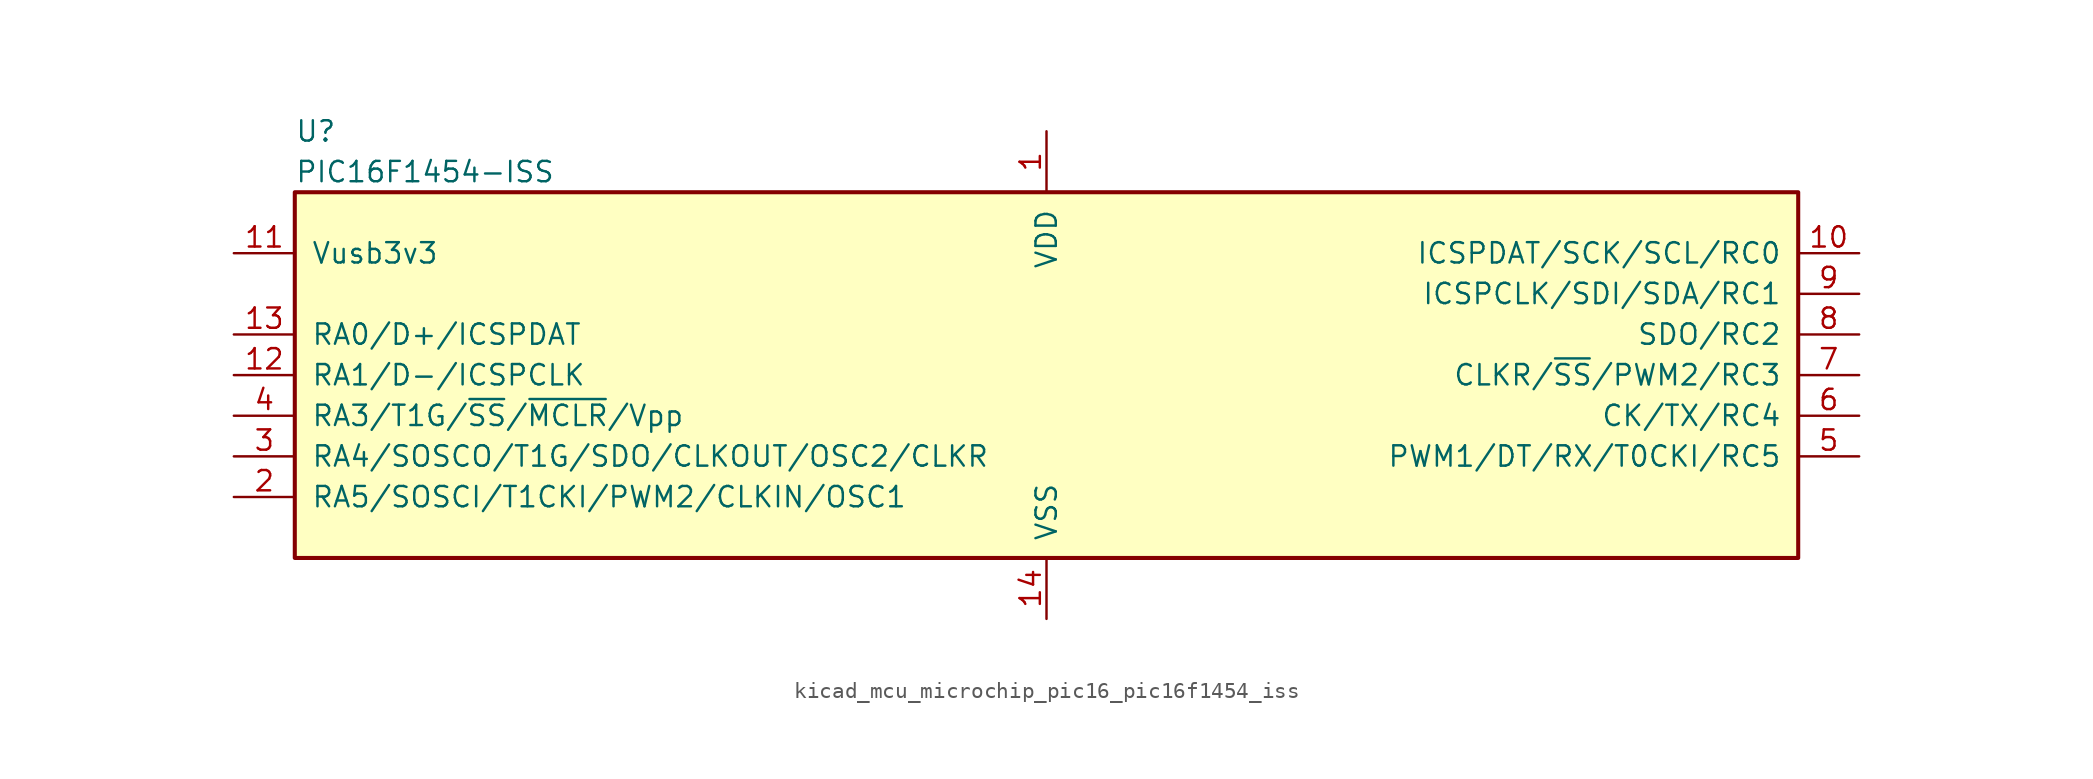
<source format=kicad_sym>
(kicad_symbol_lib
  (version 20220914)
  (generator kicad_symbol_editor)
  (symbol "kicad_mcu_microchip_pic16_pic16f1454_iss"
    (pin_names
      (offset 1.016))
    (property "Reference" "U"
      (at -46.99 15.24 0)
      (effects (font (size 1.27 1.27)) (justify left)))
    (property "Value" "PIC16F1454-ISS"
      (at -46.99 12.7 0)
      (effects (font (size 1.27 1.27)) (justify left)))
    (symbol "kicad_mcu_microchip_pic16_pic16f1454_iss_0_1"
      (rectangle (start -46.99 11.43) (end 46.99 -11.43) (stroke (width 0.254) (type default)) (fill (type background))))
    (symbol "kicad_mcu_microchip_pic16_pic16f1454_iss_1_1"
      (pin power_in line (at 0 15.24 270) (length 3.81) (name "VDD" (effects (font (size 1.27 1.27)))) (number "1" (effects (font (size 1.27 1.27)))))
      (pin bidirectional line (at 50.8 7.62 180) (length 3.81) (name "ICSPDAT/SCK/SCL/RC0" (effects (font (size 1.27 1.27)))) (number "10" (effects (font (size 1.27 1.27)))))
      (pin bidirectional line (at -50.8 7.62 0) (length 3.81) (name "Vusb3v3" (effects (font (size 1.27 1.27)))) (number "11" (effects (font (size 1.27 1.27)))))
      (pin bidirectional line (at -50.8 0 0) (length 3.81) (name "RA1/D-/ICSPCLK" (effects (font (size 1.27 1.27)))) (number "12" (effects (font (size 1.27 1.27)))))
      (pin bidirectional line (at -50.8 2.54 0) (length 3.81) (name "RA0/D+/ICSPDAT" (effects (font (size 1.27 1.27)))) (number "13" (effects (font (size 1.27 1.27)))))
      (pin power_in line (at 0 -15.24 90) (length 3.81) (name "VSS" (effects (font (size 1.27 1.27)))) (number "14" (effects (font (size 1.27 1.27)))))
      (pin bidirectional line (at -50.8 -7.62 0) (length 3.81) (name "RA5/SOSCI/T1CKI/PWM2/CLKIN/OSC1" (effects (font (size 1.27 1.27)))) (number "2" (effects (font (size 1.27 1.27)))))
      (pin bidirectional line (at -50.8 -5.08 0) (length 3.81) (name "RA4/SOSCO/T1G/SDO/CLKOUT/OSC2/CLKR" (effects (font (size 1.27 1.27)))) (number "3" (effects (font (size 1.27 1.27)))))
      (pin input line (at -50.8 -2.54 0) (length 3.81) (name "RA3/T1G/~{SS}/~{MCLR}/Vpp" (effects (font (size 1.27 1.27)))) (number "4" (effects (font (size 1.27 1.27)))))
      (pin bidirectional line (at 50.8 -5.08 180) (length 3.81) (name "PWM1/DT/RX/T0CKI/RC5" (effects (font (size 1.27 1.27)))) (number "5" (effects (font (size 1.27 1.27)))))
      (pin bidirectional line (at 50.8 -2.54 180) (length 3.81) (name "CK/TX/RC4" (effects (font (size 1.27 1.27)))) (number "6" (effects (font (size 1.27 1.27)))))
      (pin bidirectional line (at 50.8 0 180) (length 3.81) (name "CLKR/~{SS}/PWM2/RC3" (effects (font (size 1.27 1.27)))) (number "7" (effects (font (size 1.27 1.27)))))
      (pin bidirectional line (at 50.8 2.54 180) (length 3.81) (name "SDO/RC2" (effects (font (size 1.27 1.27)))) (number "8" (effects (font (size 1.27 1.27)))))
      (pin bidirectional line (at 50.8 5.08 180) (length 3.81) (name "ICSPCLK/SDI/SDA/RC1" (effects (font (size 1.27 1.27)))) (number "9" (effects (font (size 1.27 1.27))))))))
</source>
